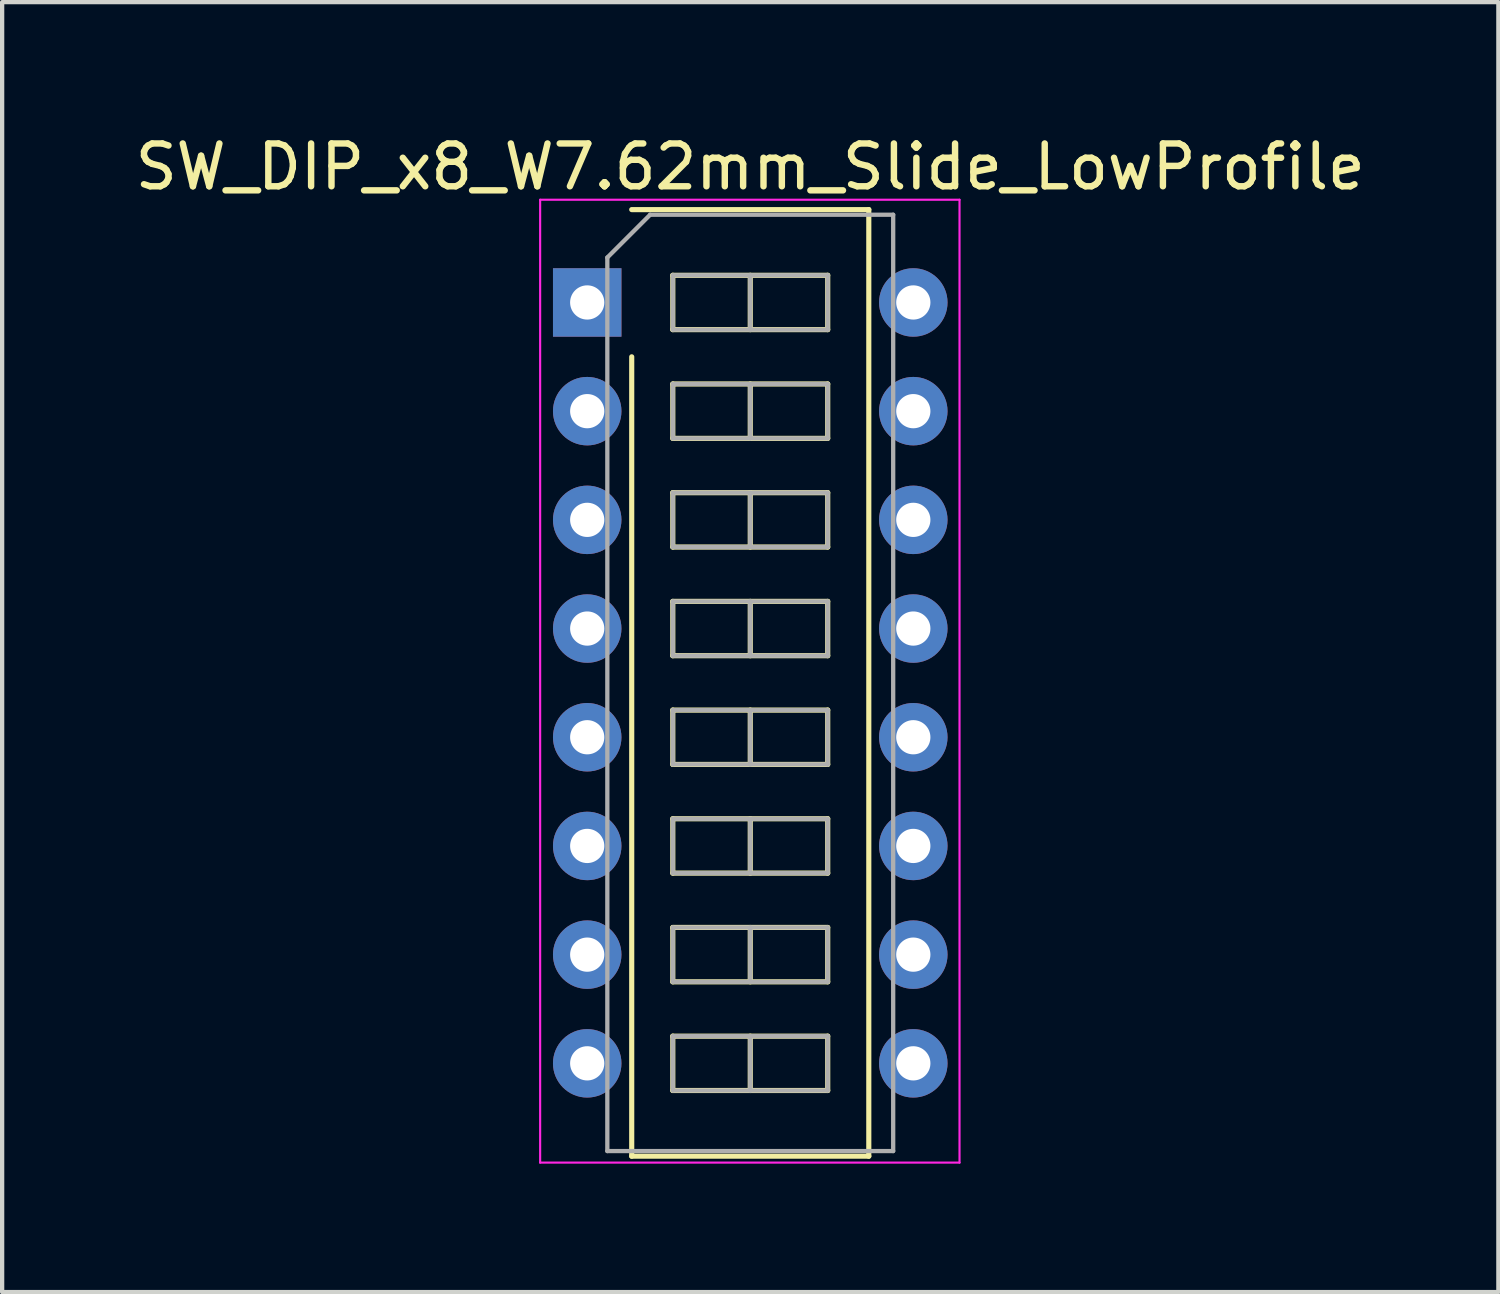
<source format=kicad_pcb>
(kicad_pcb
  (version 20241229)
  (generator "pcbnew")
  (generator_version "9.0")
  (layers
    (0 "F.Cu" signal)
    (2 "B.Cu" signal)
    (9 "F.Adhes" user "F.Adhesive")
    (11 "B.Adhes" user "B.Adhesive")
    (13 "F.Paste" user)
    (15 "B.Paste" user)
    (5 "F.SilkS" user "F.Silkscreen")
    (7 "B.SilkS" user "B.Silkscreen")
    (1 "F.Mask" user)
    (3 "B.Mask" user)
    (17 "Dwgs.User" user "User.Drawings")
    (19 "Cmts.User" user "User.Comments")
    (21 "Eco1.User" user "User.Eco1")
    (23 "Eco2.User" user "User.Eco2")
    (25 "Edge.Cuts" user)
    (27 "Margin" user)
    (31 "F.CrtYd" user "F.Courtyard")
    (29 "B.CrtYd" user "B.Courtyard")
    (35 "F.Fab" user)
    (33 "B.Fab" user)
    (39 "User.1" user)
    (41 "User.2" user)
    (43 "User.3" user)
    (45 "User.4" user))
  (footprint "SW_DIP_x8_W7.62mm_Slide_LowProfile"
    (layer "F.Cu")
    (at 10.672 4.018)
    (property "Reference" "SW_DIP_x8_W7.62mm_Slide_LowProfile" (at 3.81 -3.17 0) (layer "F.SilkS") (effects (font (size 1 1) (thickness 0.15))))
    (attr through_hole)
    (fp_line (start 1.04 -2.17) (end 6.58 -2.17) (stroke (width 0.12) (type solid)) (layer "F.SilkS"))
    (fp_line (start 1.04 19.95) (end 1.04 1.27) (stroke (width 0.12) (type solid)) (layer "F.SilkS"))
    (fp_line (start 2 -0.635) (end 2 0.635) (stroke (width 0.12) (type solid)) (layer "F.SilkS"))
    (fp_line (start 2 0.635) (end 5.62 0.635) (stroke (width 0.12) (type solid)) (layer "F.SilkS"))
    (fp_line (start 2 1.905) (end 2 3.175) (stroke (width 0.12) (type solid)) (layer "F.SilkS"))
    (fp_line (start 2 3.175) (end 5.62 3.175) (stroke (width 0.12) (type solid)) (layer "F.SilkS"))
    (fp_line (start 2 4.445) (end 2 5.715) (stroke (width 0.12) (type solid)) (layer "F.SilkS"))
    (fp_line (start 2 5.715) (end 5.62 5.715) (stroke (width 0.12) (type solid)) (layer "F.SilkS"))
    (fp_line (start 2 6.985) (end 2 8.255) (stroke (width 0.12) (type solid)) (layer "F.SilkS"))
    (fp_line (start 2 8.255) (end 5.62 8.255) (stroke (width 0.12) (type solid)) (layer "F.SilkS"))
    (fp_line (start 2 9.525) (end 2 10.795) (stroke (width 0.12) (type solid)) (layer "F.SilkS"))
    (fp_line (start 2 10.795) (end 5.62 10.795) (stroke (width 0.12) (type solid)) (layer "F.SilkS"))
    (fp_line (start 2 12.065) (end 2 13.335) (stroke (width 0.12) (type solid)) (layer "F.SilkS"))
    (fp_line (start 2 13.335) (end 5.62 13.335) (stroke (width 0.12) (type solid)) (layer "F.SilkS"))
    (fp_line (start 2 14.605) (end 2 15.875) (stroke (width 0.12) (type solid)) (layer "F.SilkS"))
    (fp_line (start 2 15.875) (end 5.62 15.875) (stroke (width 0.12) (type solid)) (layer "F.SilkS"))
    (fp_line (start 2 17.145) (end 2 18.415) (stroke (width 0.12) (type solid)) (layer "F.SilkS"))
    (fp_line (start 2 18.415) (end 5.62 18.415) (stroke (width 0.12) (type solid)) (layer "F.SilkS"))
    (fp_line (start 3.81 -0.635) (end 3.81 0.635) (stroke (width 0.12) (type solid)) (layer "F.SilkS"))
    (fp_line (start 3.81 1.905) (end 3.81 3.175) (stroke (width 0.12) (type solid)) (layer "F.SilkS"))
    (fp_line (start 3.81 4.445) (end 3.81 5.715) (stroke (width 0.12) (type solid)) (layer "F.SilkS"))
    (fp_line (start 3.81 6.985) (end 3.81 8.255) (stroke (width 0.12) (type solid)) (layer "F.SilkS"))
    (fp_line (start 3.81 9.525) (end 3.81 10.795) (stroke (width 0.12) (type solid)) (layer "F.SilkS"))
    (fp_line (start 3.81 12.065) (end 3.81 13.335) (stroke (width 0.12) (type solid)) (layer "F.SilkS"))
    (fp_line (start 3.81 14.605) (end 3.81 15.875) (stroke (width 0.12) (type solid)) (layer "F.SilkS"))
    (fp_line (start 3.81 17.145) (end 3.81 18.415) (stroke (width 0.12) (type solid)) (layer "F.SilkS"))
    (fp_line (start 5.62 -0.635) (end 2 -0.635) (stroke (width 0.12) (type solid)) (layer "F.SilkS"))
    (fp_line (start 5.62 0.635) (end 5.62 -0.635) (stroke (width 0.12) (type solid)) (layer "F.SilkS"))
    (fp_line (start 5.62 1.905) (end 2 1.905) (stroke (width 0.12) (type solid)) (layer "F.SilkS"))
    (fp_line (start 5.62 3.175) (end 5.62 1.905) (stroke (width 0.12) (type solid)) (layer "F.SilkS"))
    (fp_line (start 5.62 4.445) (end 2 4.445) (stroke (width 0.12) (type solid)) (layer "F.SilkS"))
    (fp_line (start 5.62 5.715) (end 5.62 4.445) (stroke (width 0.12) (type solid)) (layer "F.SilkS"))
    (fp_line (start 5.62 6.985) (end 2 6.985) (stroke (width 0.12) (type solid)) (layer "F.SilkS"))
    (fp_line (start 5.62 8.255) (end 5.62 6.985) (stroke (width 0.12) (type solid)) (layer "F.SilkS"))
    (fp_line (start 5.62 9.525) (end 2 9.525) (stroke (width 0.12) (type solid)) (layer "F.SilkS"))
    (fp_line (start 5.62 10.795) (end 5.62 9.525) (stroke (width 0.12) (type solid)) (layer "F.SilkS"))
    (fp_line (start 5.62 12.065) (end 2 12.065) (stroke (width 0.12) (type solid)) (layer "F.SilkS"))
    (fp_line (start 5.62 13.335) (end 5.62 12.065) (stroke (width 0.12) (type solid)) (layer "F.SilkS"))
    (fp_line (start 5.62 14.605) (end 2 14.605) (stroke (width 0.12) (type solid)) (layer "F.SilkS"))
    (fp_line (start 5.62 15.875) (end 5.62 14.605) (stroke (width 0.12) (type solid)) (layer "F.SilkS"))
    (fp_line (start 5.62 17.145) (end 2 17.145) (stroke (width 0.12) (type solid)) (layer "F.SilkS"))
    (fp_line (start 5.62 18.415) (end 5.62 17.145) (stroke (width 0.12) (type solid)) (layer "F.SilkS"))
    (fp_line (start 6.58 -2.17) (end 6.58 19.95) (stroke (width 0.12) (type solid)) (layer "F.SilkS"))
    (fp_line (start 6.58 19.95) (end 1.04 19.95) (stroke (width 0.12) (type solid)) (layer "F.SilkS"))
    (fp_line (start -1.1 -2.4) (end -1.1 20.1) (stroke (width 0.05) (type solid)) (layer "F.CrtYd"))
    (fp_line (start -1.1 20.1) (end 8.7 20.1) (stroke (width 0.05) (type solid)) (layer "F.CrtYd"))
    (fp_line (start 8.7 -2.4) (end -1.1 -2.4) (stroke (width 0.05) (type solid)) (layer "F.CrtYd"))
    (fp_line (start 8.7 20.1) (end 8.7 -2.4) (stroke (width 0.05) (type solid)) (layer "F.CrtYd"))
    (fp_line (start 0.47 -1.05) (end 1.47 -2.05) (stroke (width 0.1) (type solid)) (layer "F.Fab"))
    (fp_line (start 0.47 19.83) (end 0.47 -1.05) (stroke (width 0.1) (type solid)) (layer "F.Fab"))
    (fp_line (start 1.47 -2.05) (end 7.15 -2.05) (stroke (width 0.1) (type solid)) (layer "F.Fab"))
    (fp_line (start 2 -0.635) (end 2 0.635) (stroke (width 0.1) (type solid)) (layer "F.Fab"))
    (fp_line (start 2 0.635) (end 5.62 0.635) (stroke (width 0.1) (type solid)) (layer "F.Fab"))
    (fp_line (start 2 1.905) (end 2 3.175) (stroke (width 0.1) (type solid)) (layer "F.Fab"))
    (fp_line (start 2 3.175) (end 5.62 3.175) (stroke (width 0.1) (type solid)) (layer "F.Fab"))
    (fp_line (start 2 4.445) (end 2 5.715) (stroke (width 0.1) (type solid)) (layer "F.Fab"))
    (fp_line (start 2 5.715) (end 5.62 5.715) (stroke (width 0.1) (type solid)) (layer "F.Fab"))
    (fp_line (start 2 6.985) (end 2 8.255) (stroke (width 0.1) (type solid)) (layer "F.Fab"))
    (fp_line (start 2 8.255) (end 5.62 8.255) (stroke (width 0.1) (type solid)) (layer "F.Fab"))
    (fp_line (start 2 9.525) (end 2 10.795) (stroke (width 0.1) (type solid)) (layer "F.Fab"))
    (fp_line (start 2 10.795) (end 5.62 10.795) (stroke (width 0.1) (type solid)) (layer "F.Fab"))
    (fp_line (start 2 12.065) (end 2 13.335) (stroke (width 0.1) (type solid)) (layer "F.Fab"))
    (fp_line (start 2 13.335) (end 5.62 13.335) (stroke (width 0.1) (type solid)) (layer "F.Fab"))
    (fp_line (start 2 14.605) (end 2 15.875) (stroke (width 0.1) (type solid)) (layer "F.Fab"))
    (fp_line (start 2 15.875) (end 5.62 15.875) (stroke (width 0.1) (type solid)) (layer "F.Fab"))
    (fp_line (start 2 17.145) (end 2 18.415) (stroke (width 0.1) (type solid)) (layer "F.Fab"))
    (fp_line (start 2 18.415) (end 5.62 18.415) (stroke (width 0.1) (type solid)) (layer "F.Fab"))
    (fp_line (start 3.81 -0.635) (end 3.81 0.635) (stroke (width 0.1) (type solid)) (layer "F.Fab"))
    (fp_line (start 3.81 1.905) (end 3.81 3.175) (stroke (width 0.1) (type solid)) (layer "F.Fab"))
    (fp_line (start 3.81 4.445) (end 3.81 5.715) (stroke (width 0.1) (type solid)) (layer "F.Fab"))
    (fp_line (start 3.81 6.985) (end 3.81 8.255) (stroke (width 0.1) (type solid)) (layer "F.Fab"))
    (fp_line (start 3.81 9.525) (end 3.81 10.795) (stroke (width 0.1) (type solid)) (layer "F.Fab"))
    (fp_line (start 3.81 12.065) (end 3.81 13.335) (stroke (width 0.1) (type solid)) (layer "F.Fab"))
    (fp_line (start 3.81 14.605) (end 3.81 15.875) (stroke (width 0.1) (type solid)) (layer "F.Fab"))
    (fp_line (start 3.81 17.145) (end 3.81 18.415) (stroke (width 0.1) (type solid)) (layer "F.Fab"))
    (fp_line (start 5.62 -0.635) (end 2 -0.635) (stroke (width 0.1) (type solid)) (layer "F.Fab"))
    (fp_line (start 5.62 0.635) (end 5.62 -0.635) (stroke (width 0.1) (type solid)) (layer "F.Fab"))
    (fp_line (start 5.62 1.905) (end 2 1.905) (stroke (width 0.1) (type solid)) (layer "F.Fab"))
    (fp_line (start 5.62 3.175) (end 5.62 1.905) (stroke (width 0.1) (type solid)) (layer "F.Fab"))
    (fp_line (start 5.62 4.445) (end 2 4.445) (stroke (width 0.1) (type solid)) (layer "F.Fab"))
    (fp_line (start 5.62 5.715) (end 5.62 4.445) (stroke (width 0.1) (type solid)) (layer "F.Fab"))
    (fp_line (start 5.62 6.985) (end 2 6.985) (stroke (width 0.1) (type solid)) (layer "F.Fab"))
    (fp_line (start 5.62 8.255) (end 5.62 6.985) (stroke (width 0.1) (type solid)) (layer "F.Fab"))
    (fp_line (start 5.62 9.525) (end 2 9.525) (stroke (width 0.1) (type solid)) (layer "F.Fab"))
    (fp_line (start 5.62 10.795) (end 5.62 9.525) (stroke (width 0.1) (type solid)) (layer "F.Fab"))
    (fp_line (start 5.62 12.065) (end 2 12.065) (stroke (width 0.1) (type solid)) (layer "F.Fab"))
    (fp_line (start 5.62 13.335) (end 5.62 12.065) (stroke (width 0.1) (type solid)) (layer "F.Fab"))
    (fp_line (start 5.62 14.605) (end 2 14.605) (stroke (width 0.1) (type solid)) (layer "F.Fab"))
    (fp_line (start 5.62 15.875) (end 5.62 14.605) (stroke (width 0.1) (type solid)) (layer "F.Fab"))
    (fp_line (start 5.62 17.145) (end 2 17.145) (stroke (width 0.1) (type solid)) (layer "F.Fab"))
    (fp_line (start 5.62 18.415) (end 5.62 17.145) (stroke (width 0.1) (type solid)) (layer "F.Fab"))
    (fp_line (start 7.15 -2.05) (end 7.15 19.83) (stroke (width 0.1) (type solid)) (layer "F.Fab"))
    (fp_line (start 7.15 19.83) (end 0.47 19.83) (stroke (width 0.1) (type solid)) (layer "F.Fab"))
    (pad "1" thru_hole rect (at 0 0) (size 1.6 1.6) (drill 0.8) (layers "*.Cu" "*.Mask"))
    (pad "2" thru_hole oval (at 0 2.54) (size 1.6 1.6) (drill 0.8) (layers "*.Cu" "*.Mask"))
    (pad "3" thru_hole oval (at 0 5.08) (size 1.6 1.6) (drill 0.8) (layers "*.Cu" "*.Mask"))
    (pad "4" thru_hole oval (at 0 7.62) (size 1.6 1.6) (drill 0.8) (layers "*.Cu" "*.Mask"))
    (pad "5" thru_hole oval (at 0 10.16) (size 1.6 1.6) (drill 0.8) (layers "*.Cu" "*.Mask"))
    (pad "6" thru_hole oval (at 0 12.7) (size 1.6 1.6) (drill 0.8) (layers "*.Cu" "*.Mask"))
    (pad "7" thru_hole oval (at 0 15.24) (size 1.6 1.6) (drill 0.8) (layers "*.Cu" "*.Mask"))
    (pad "8" thru_hole oval (at 0 17.78) (size 1.6 1.6) (drill 0.8) (layers "*.Cu" "*.Mask"))
    (pad "9" thru_hole oval (at 7.62 17.78) (size 1.6 1.6) (drill 0.8) (layers "*.Cu" "*.Mask"))
    (pad "10" thru_hole oval (at 7.62 15.24) (size 1.6 1.6) (drill 0.8) (layers "*.Cu" "*.Mask"))
    (pad "11" thru_hole oval (at 7.62 12.7) (size 1.6 1.6) (drill 0.8) (layers "*.Cu" "*.Mask"))
    (pad "12" thru_hole oval (at 7.62 10.16) (size 1.6 1.6) (drill 0.8) (layers "*.Cu" "*.Mask"))
    (pad "13" thru_hole oval (at 7.62 7.62) (size 1.6 1.6) (drill 0.8) (layers "*.Cu" "*.Mask"))
    (pad "14" thru_hole oval (at 7.62 5.08) (size 1.6 1.6) (drill 0.8) (layers "*.Cu" "*.Mask"))
    (pad "15" thru_hole oval (at 7.62 2.54) (size 1.6 1.6) (drill 0.8) (layers "*.Cu" "*.Mask"))
    (pad "16" thru_hole oval (at 7.62 0) (size 1.6 1.6) (drill 0.8) (layers "*.Cu" "*.Mask")))
  (gr_rect
    (start -3 -3)
    (end 31.964 27.143)
    (stroke (width 0.1) (type default))
    (fill no)
    (layer "Edge.Cuts")))
</source>
